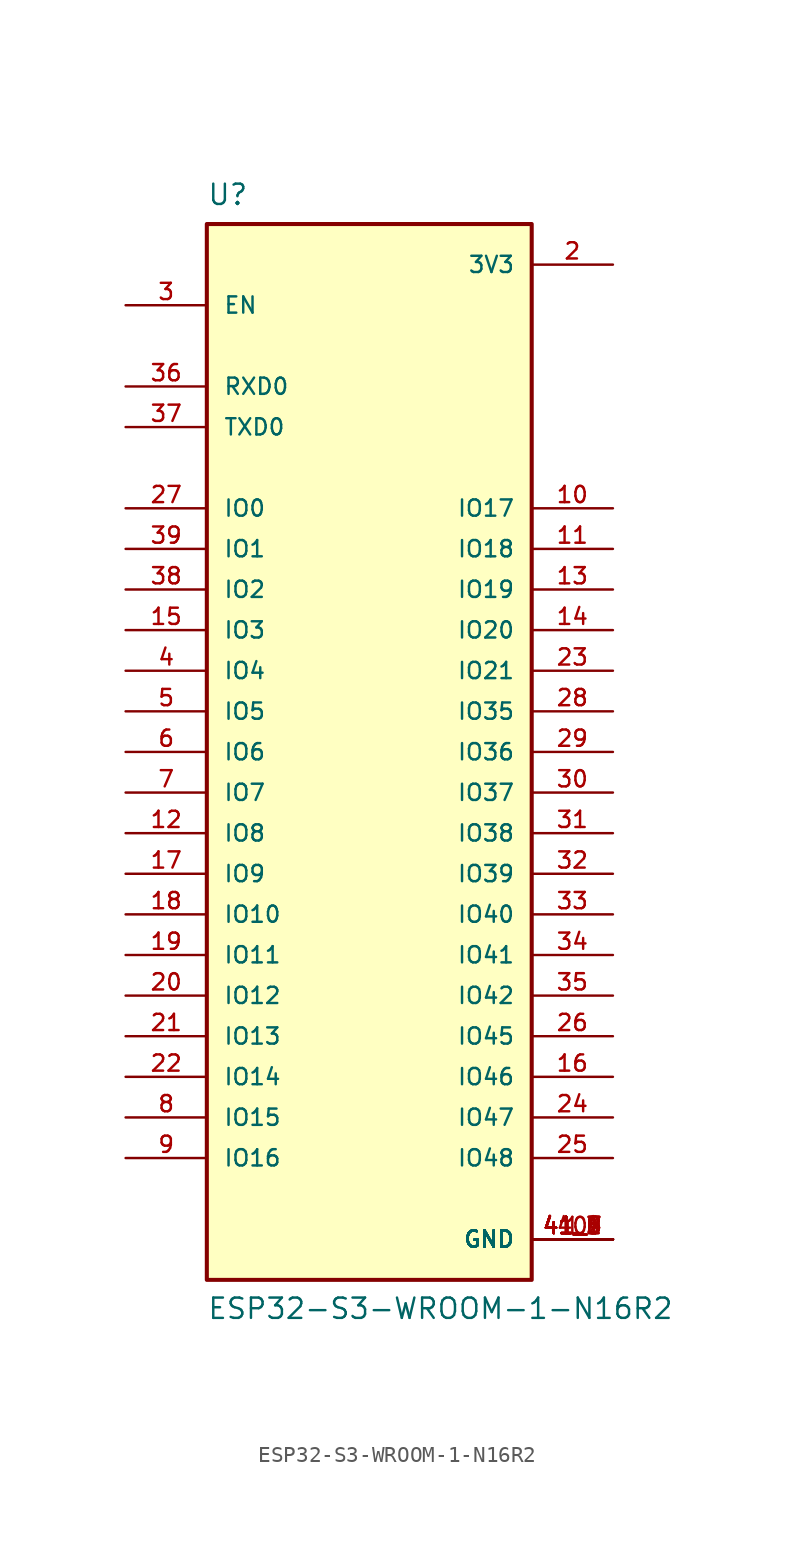
<source format=kicad_sym>
(kicad_symbol_lib
  (version 20231120)
  (generator "kicad_symbol_editor")
  (generator_version "8.0")
  (symbol "ESP32-S3-WROOM-1-N16R2"
    (pin_names
      (offset 1.016))
    (property "Reference" "U"
      (at -10.16 34.112 0)
      (effects (font (size 1.27 1.27)) (justify left bottom)))
    (property "Value" "ESP32-S3-WROOM-1-N16R2"
      (at -10.16 -35.56 0)
      (effects (font (size 1.27 1.27)) (justify left bottom)))
    (symbol "ESP32-S3-WROOM-1-N16R2_0_0"
      (rectangle (start -10.16 -33.02) (end 10.16 33.02) (stroke (width 0.254) (type default)) (fill (type background)))
      (pin power_in line (at 15.24 -30.48 180) (length 5.08) (name "GND" (effects (font (size 1.016 1.016)))) (number "1" (effects (font (size 1.016 1.016)))))
      (pin bidirectional line (at 15.24 15.24 180) (length 5.08) (name "IO17" (effects (font (size 1.016 1.016)))) (number "10" (effects (font (size 1.016 1.016)))))
      (pin bidirectional line (at 15.24 12.7 180) (length 5.08) (name "IO18" (effects (font (size 1.016 1.016)))) (number "11" (effects (font (size 1.016 1.016)))))
      (pin bidirectional line (at -15.24 -5.08 0) (length 5.08) (name "IO8" (effects (font (size 1.016 1.016)))) (number "12" (effects (font (size 1.016 1.016)))))
      (pin bidirectional line (at 15.24 10.16 180) (length 5.08) (name "IO19" (effects (font (size 1.016 1.016)))) (number "13" (effects (font (size 1.016 1.016)))))
      (pin bidirectional line (at 15.24 7.62 180) (length 5.08) (name "IO20" (effects (font (size 1.016 1.016)))) (number "14" (effects (font (size 1.016 1.016)))))
      (pin bidirectional line (at -15.24 7.62 0) (length 5.08) (name "IO3" (effects (font (size 1.016 1.016)))) (number "15" (effects (font (size 1.016 1.016)))))
      (pin bidirectional line (at 15.24 -20.32 180) (length 5.08) (name "IO46" (effects (font (size 1.016 1.016)))) (number "16" (effects (font (size 1.016 1.016)))))
      (pin bidirectional line (at -15.24 -7.62 0) (length 5.08) (name "IO9" (effects (font (size 1.016 1.016)))) (number "17" (effects (font (size 1.016 1.016)))))
      (pin bidirectional line (at -15.24 -10.16 0) (length 5.08) (name "IO10" (effects (font (size 1.016 1.016)))) (number "18" (effects (font (size 1.016 1.016)))))
      (pin bidirectional line (at -15.24 -12.7 0) (length 5.08) (name "IO11" (effects (font (size 1.016 1.016)))) (number "19" (effects (font (size 1.016 1.016)))))
      (pin power_in line (at 15.24 30.48 180) (length 5.08) (name "3V3" (effects (font (size 1.016 1.016)))) (number "2" (effects (font (size 1.016 1.016)))))
      (pin bidirectional line (at -15.24 -15.24 0) (length 5.08) (name "IO12" (effects (font (size 1.016 1.016)))) (number "20" (effects (font (size 1.016 1.016)))))
      (pin bidirectional line (at -15.24 -17.78 0) (length 5.08) (name "IO13" (effects (font (size 1.016 1.016)))) (number "21" (effects (font (size 1.016 1.016)))))
      (pin bidirectional line (at -15.24 -20.32 0) (length 5.08) (name "IO14" (effects (font (size 1.016 1.016)))) (number "22" (effects (font (size 1.016 1.016)))))
      (pin bidirectional line (at 15.24 5.08 180) (length 5.08) (name "IO21" (effects (font (size 1.016 1.016)))) (number "23" (effects (font (size 1.016 1.016)))))
      (pin bidirectional line (at 15.24 -22.86 180) (length 5.08) (name "IO47" (effects (font (size 1.016 1.016)))) (number "24" (effects (font (size 1.016 1.016)))))
      (pin bidirectional line (at 15.24 -25.4 180) (length 5.08) (name "IO48" (effects (font (size 1.016 1.016)))) (number "25" (effects (font (size 1.016 1.016)))))
      (pin bidirectional line (at 15.24 -17.78 180) (length 5.08) (name "IO45" (effects (font (size 1.016 1.016)))) (number "26" (effects (font (size 1.016 1.016)))))
      (pin bidirectional line (at -15.24 15.24 0) (length 5.08) (name "IO0" (effects (font (size 1.016 1.016)))) (number "27" (effects (font (size 1.016 1.016)))))
      (pin bidirectional line (at 15.24 2.54 180) (length 5.08) (name "IO35" (effects (font (size 1.016 1.016)))) (number "28" (effects (font (size 1.016 1.016)))))
      (pin bidirectional line (at 15.24 0 180) (length 5.08) (name "IO36" (effects (font (size 1.016 1.016)))) (number "29" (effects (font (size 1.016 1.016)))))
      (pin input line (at -15.24 27.94 0) (length 5.08) (name "EN" (effects (font (size 1.016 1.016)))) (number "3" (effects (font (size 1.016 1.016)))))
      (pin bidirectional line (at 15.24 -2.54 180) (length 5.08) (name "IO37" (effects (font (size 1.016 1.016)))) (number "30" (effects (font (size 1.016 1.016)))))
      (pin bidirectional line (at 15.24 -5.08 180) (length 5.08) (name "IO38" (effects (font (size 1.016 1.016)))) (number "31" (effects (font (size 1.016 1.016)))))
      (pin bidirectional line (at 15.24 -7.62 180) (length 5.08) (name "IO39" (effects (font (size 1.016 1.016)))) (number "32" (effects (font (size 1.016 1.016)))))
      (pin bidirectional line (at 15.24 -10.16 180) (length 5.08) (name "IO40" (effects (font (size 1.016 1.016)))) (number "33" (effects (font (size 1.016 1.016)))))
      (pin bidirectional line (at 15.24 -12.7 180) (length 5.08) (name "IO41" (effects (font (size 1.016 1.016)))) (number "34" (effects (font (size 1.016 1.016)))))
      (pin bidirectional line (at 15.24 -15.24 180) (length 5.08) (name "IO42" (effects (font (size 1.016 1.016)))) (number "35" (effects (font (size 1.016 1.016)))))
      (pin bidirectional line (at -15.24 22.86 0) (length 5.08) (name "RXD0" (effects (font (size 1.016 1.016)))) (number "36" (effects (font (size 1.016 1.016)))))
      (pin bidirectional line (at -15.24 20.32 0) (length 5.08) (name "TXD0" (effects (font (size 1.016 1.016)))) (number "37" (effects (font (size 1.016 1.016)))))
      (pin bidirectional line (at -15.24 10.16 0) (length 5.08) (name "IO2" (effects (font (size 1.016 1.016)))) (number "38" (effects (font (size 1.016 1.016)))))
      (pin bidirectional line (at -15.24 12.7 0) (length 5.08) (name "IO1" (effects (font (size 1.016 1.016)))) (number "39" (effects (font (size 1.016 1.016)))))
      (pin bidirectional line (at -15.24 5.08 0) (length 5.08) (name "IO4" (effects (font (size 1.016 1.016)))) (number "4" (effects (font (size 1.016 1.016)))))
      (pin power_in line (at 15.24 -30.48 180) (length 5.08) (name "GND" (effects (font (size 1.016 1.016)))) (number "40" (effects (font (size 1.016 1.016)))))
      (pin power_in line (at 15.24 -30.48 180) (length 5.08) (name "GND" (effects (font (size 1.016 1.016)))) (number "41_1" (effects (font (size 1.016 1.016)))))
      (pin power_in line (at 15.24 -30.48 180) (length 5.08) (name "GND" (effects (font (size 1.016 1.016)))) (number "41_2" (effects (font (size 1.016 1.016)))))
      (pin power_in line (at 15.24 -30.48 180) (length 5.08) (name "GND" (effects (font (size 1.016 1.016)))) (number "41_3" (effects (font (size 1.016 1.016)))))
      (pin power_in line (at 15.24 -30.48 180) (length 5.08) (name "GND" (effects (font (size 1.016 1.016)))) (number "41_4" (effects (font (size 1.016 1.016)))))
      (pin power_in line (at 15.24 -30.48 180) (length 5.08) (name "GND" (effects (font (size 1.016 1.016)))) (number "41_5" (effects (font (size 1.016 1.016)))))
      (pin power_in line (at 15.24 -30.48 180) (length 5.08) (name "GND" (effects (font (size 1.016 1.016)))) (number "41_6" (effects (font (size 1.016 1.016)))))
      (pin power_in line (at 15.24 -30.48 180) (length 5.08) (name "GND" (effects (font (size 1.016 1.016)))) (number "41_7" (effects (font (size 1.016 1.016)))))
      (pin power_in line (at 15.24 -30.48 180) (length 5.08) (name "GND" (effects (font (size 1.016 1.016)))) (number "41_8" (effects (font (size 1.016 1.016)))))
      (pin power_in line (at 15.24 -30.48 180) (length 5.08) (name "GND" (effects (font (size 1.016 1.016)))) (number "41_9" (effects (font (size 1.016 1.016)))))
      (pin bidirectional line (at -15.24 2.54 0) (length 5.08) (name "IO5" (effects (font (size 1.016 1.016)))) (number "5" (effects (font (size 1.016 1.016)))))
      (pin bidirectional line (at -15.24 0 0) (length 5.08) (name "IO6" (effects (font (size 1.016 1.016)))) (number "6" (effects (font (size 1.016 1.016)))))
      (pin bidirectional line (at -15.24 -2.54 0) (length 5.08) (name "IO7" (effects (font (size 1.016 1.016)))) (number "7" (effects (font (size 1.016 1.016)))))
      (pin bidirectional line (at -15.24 -22.86 0) (length 5.08) (name "IO15" (effects (font (size 1.016 1.016)))) (number "8" (effects (font (size 1.016 1.016)))))
      (pin bidirectional line (at -15.24 -25.4 0) (length 5.08) (name "IO16" (effects (font (size 1.016 1.016)))) (number "9" (effects (font (size 1.016 1.016))))))))
</source>
